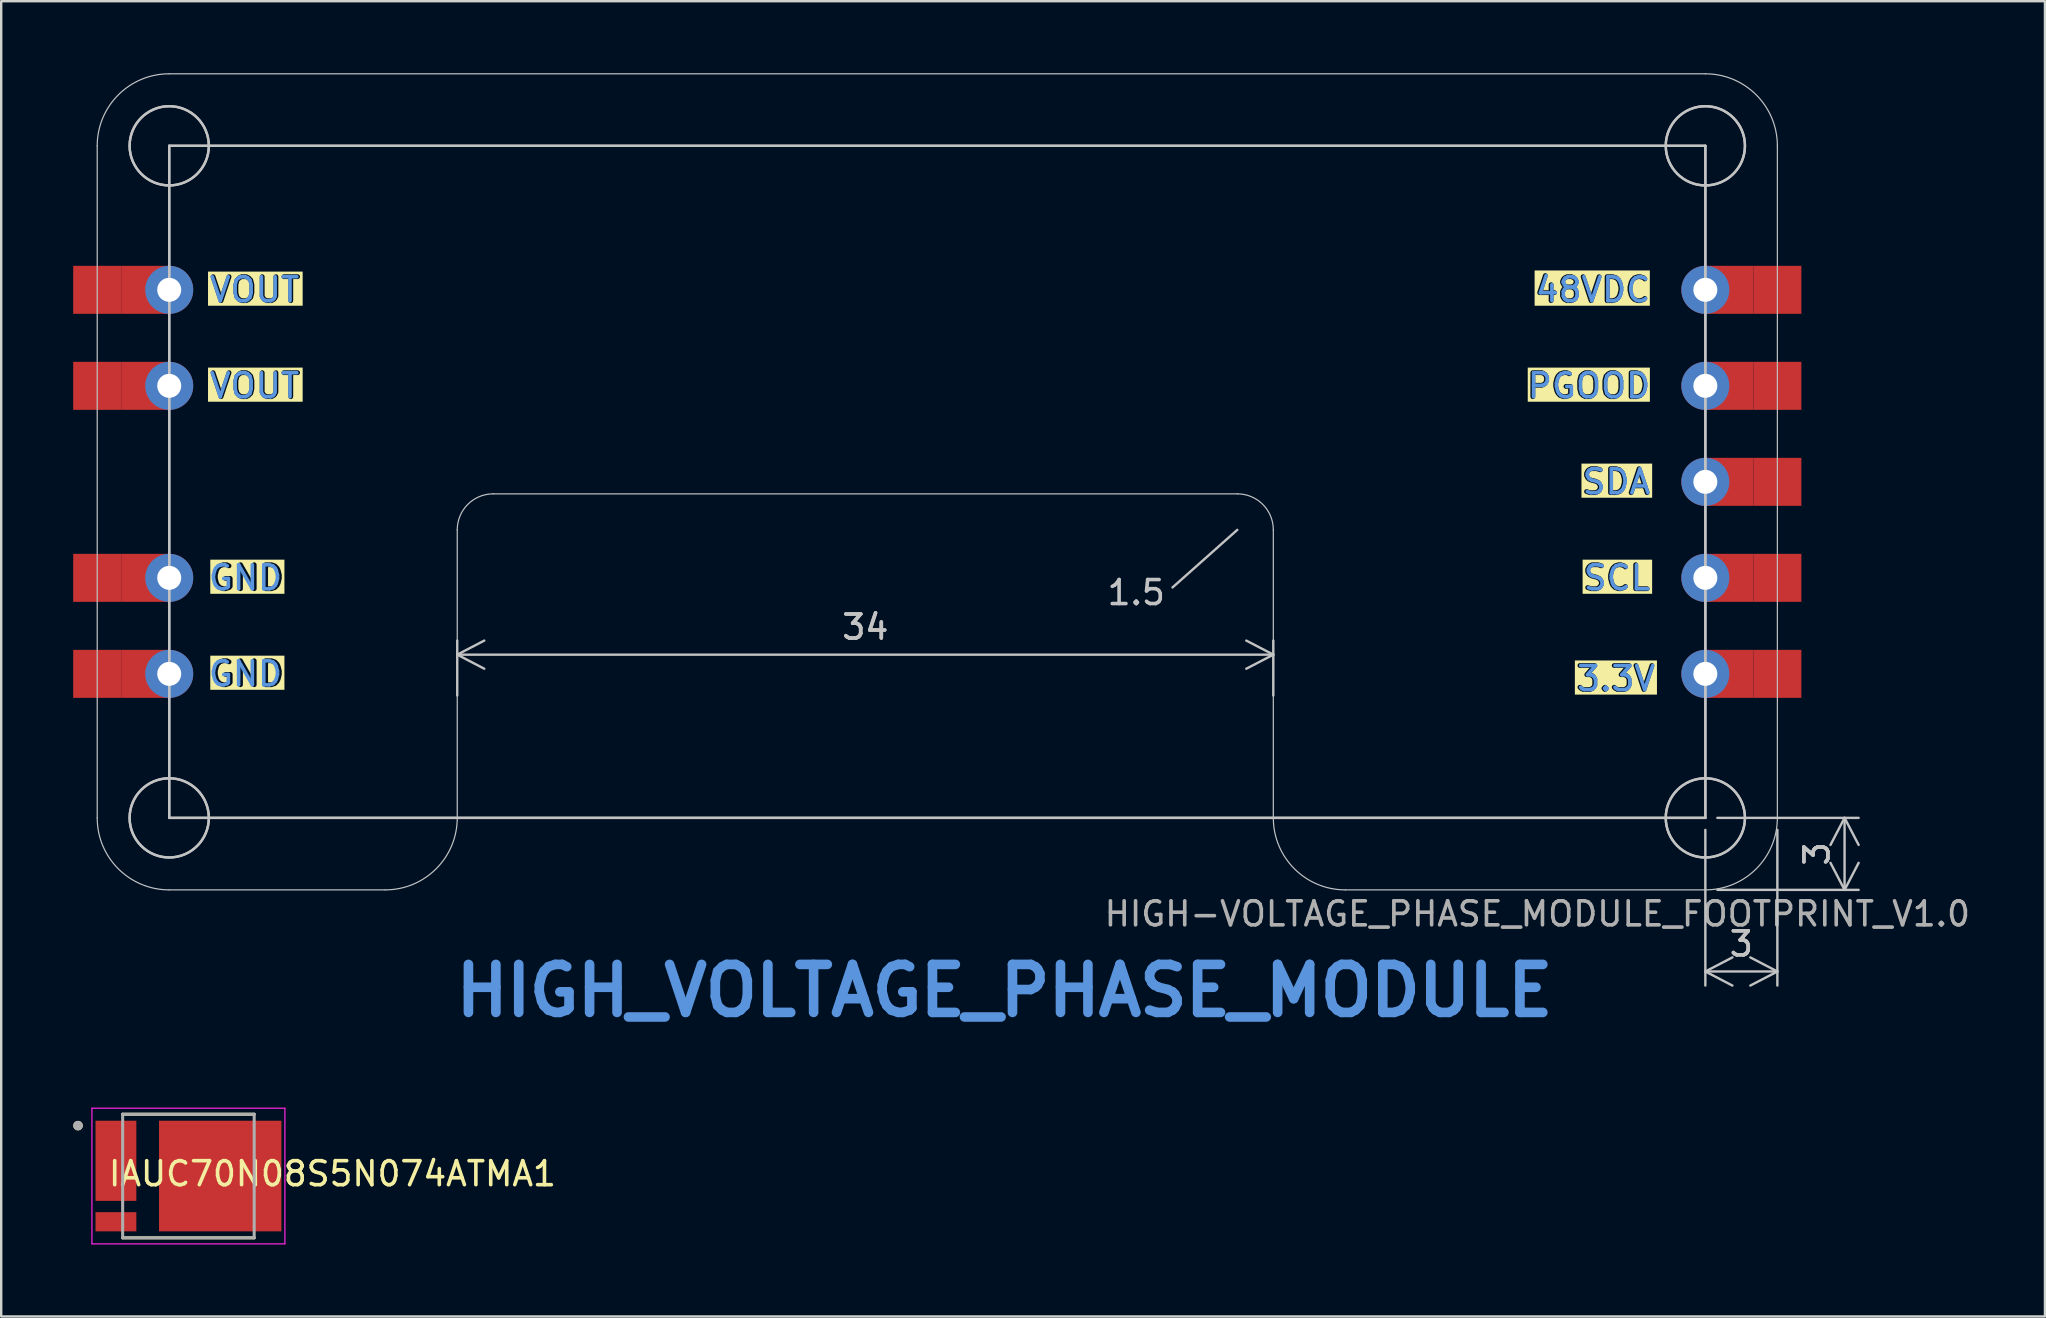
<source format=kicad_pcb>
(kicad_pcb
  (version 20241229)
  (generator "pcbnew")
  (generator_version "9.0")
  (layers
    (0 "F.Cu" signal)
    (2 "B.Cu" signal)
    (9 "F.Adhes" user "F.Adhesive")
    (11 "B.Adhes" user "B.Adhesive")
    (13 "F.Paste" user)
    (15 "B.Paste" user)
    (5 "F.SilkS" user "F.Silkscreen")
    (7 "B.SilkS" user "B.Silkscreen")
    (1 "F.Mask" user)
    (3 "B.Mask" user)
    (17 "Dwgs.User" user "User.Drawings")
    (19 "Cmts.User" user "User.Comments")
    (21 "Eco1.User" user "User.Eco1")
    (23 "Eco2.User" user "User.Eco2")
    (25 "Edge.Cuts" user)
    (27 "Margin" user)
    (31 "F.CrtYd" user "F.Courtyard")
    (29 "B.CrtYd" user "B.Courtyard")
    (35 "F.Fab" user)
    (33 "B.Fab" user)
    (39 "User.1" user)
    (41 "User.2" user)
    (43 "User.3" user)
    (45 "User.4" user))
  (footprint "IAUC70N08S5N074ATMA1"
    (layer "F.Cu")
    (at 4.8 45.947)
    (property "Reference" "IAUC70N08S5N074ATMA1" (at 6 -0.095 0) (layer "F.SilkS") (effects (font (size 1 1) (thickness 0.15))))
    (attr smd)
    (fp_poly (pts (xy -2.27 1.605) (xy -2.27 2.205) (xy -3.77 2.205) (xy -3.77 1.605)) (stroke (width 0.01) (type solid)) (fill yes) (layer "F.Mask"))
    (fp_poly (pts (xy -2.27 -2.205) (xy -2.27 0.935) (xy -3.77 0.935) (xy -3.77 0.335) (xy -2.835 0.335) (xy -2.835 -0.335) (xy -3.77 -0.335) (xy -3.77 -0.935) (xy -2.835 -0.935) (xy -2.835 -1.605) (xy -3.77 -1.605) (xy -3.77 -2.205)) (stroke (width 0.01) (type solid)) (fill yes) (layer "F.Mask"))
    (fp_poly (pts (xy -1.125 -2.205) (xy -1.125 2.205) (xy 3.77 2.205) (xy 3.77 1.605) (xy 2.42 1.605) (xy 2.42 0.935) (xy 3.77 0.935) (xy 3.77 0.335) (xy 2.42 0.335) (xy 2.42 -0.335) (xy 3.77 -0.335) (xy 3.77 -0.935) (xy 2.42 -0.935) (xy 2.42 -1.605) (xy 3.77 -1.605) (xy 3.77 -2.205)) (stroke (width 0.01) (type solid)) (fill yes) (layer "F.Mask"))
    (fp_line (start -2.74 -2.575) (end 2.74 -2.575) (stroke (width 0.127) (type solid)) (layer "F.SilkS"))
    (fp_line (start 2.74 2.575) (end -2.74 2.575) (stroke (width 0.127) (type solid)) (layer "F.SilkS"))
    (fp_circle (center -4.6 -2.1) (end -4.5 -2.1) (stroke (width 0.2) (type solid)) (fill no) (layer "F.SilkS"))
    (fp_poly (pts (xy -3.72 -2.155) (xy -2.97 -2.155) (xy -2.97 -1.655) (xy -3.72 -1.655)) (stroke (width 0.01) (type solid)) (fill yes) (layer "F.Paste"))
    (fp_poly (pts (xy -3.72 -0.885) (xy -2.97 -0.885) (xy -2.97 -0.385) (xy -3.72 -0.385)) (stroke (width 0.01) (type solid)) (fill yes) (layer "F.Paste"))
    (fp_poly (pts (xy -3.72 0.385) (xy -2.97 0.385) (xy -2.97 0.885) (xy -3.72 0.885)) (stroke (width 0.01) (type solid)) (fill yes) (layer "F.Paste"))
    (fp_poly (pts (xy -3.72 1.655) (xy -2.52 1.655) (xy -2.52 2.155) (xy -3.72 2.155)) (stroke (width 0.01) (type solid)) (fill yes) (layer "F.Paste"))
    (fp_poly (pts (xy -2.77 -2.155) (xy -2.32 -2.155) (xy -2.32 -1.305) (xy -2.77 -1.305)) (stroke (width 0.01) (type solid)) (fill yes) (layer "F.Paste"))
    (fp_poly (pts (xy -2.77 -1.055) (xy -2.32 -1.055) (xy -2.32 -0.205) (xy -2.77 -0.205)) (stroke (width 0.01) (type solid)) (fill yes) (layer "F.Paste"))
    (fp_poly (pts (xy -2.77 0.045) (xy -2.32 0.045) (xy -2.32 0.895) (xy -2.77 0.895)) (stroke (width 0.01) (type solid)) (fill yes) (layer "F.Paste"))
    (fp_poly (pts (xy -0.96 -1.6) (xy 0.54 -1.6) (xy 0.54 -0.1) (xy -0.96 -0.1)) (stroke (width 0.01) (type solid)) (fill yes) (layer "F.Paste"))
    (fp_poly (pts (xy -0.96 0.1) (xy 0.54 0.1) (xy 0.54 1.6) (xy -0.96 1.6)) (stroke (width 0.01) (type solid)) (fill yes) (layer "F.Paste"))
    (fp_poly (pts (xy 0.74 -1.6) (xy 2.24 -1.6) (xy 2.24 -0.1) (xy 0.74 -0.1)) (stroke (width 0.01) (type solid)) (fill yes) (layer "F.Paste"))
    (fp_poly (pts (xy 0.74 0.1) (xy 2.24 0.1) (xy 2.24 1.6) (xy 0.74 1.6)) (stroke (width 0.01) (type solid)) (fill yes) (layer "F.Paste"))
    (fp_poly (pts (xy 2.52 -2.155) (xy 3.72 -2.155) (xy 3.72 -1.655) (xy 2.52 -1.655)) (stroke (width 0.01) (type solid)) (fill yes) (layer "F.Paste"))
    (fp_poly (pts (xy 2.52 -0.885) (xy 3.72 -0.885) (xy 3.72 -0.385) (xy 2.52 -0.385)) (stroke (width 0.01) (type solid)) (fill yes) (layer "F.Paste"))
    (fp_poly (pts (xy 2.52 0.385) (xy 3.72 0.385) (xy 3.72 0.885) (xy 2.52 0.885)) (stroke (width 0.01) (type solid)) (fill yes) (layer "F.Paste"))
    (fp_poly (pts (xy 2.52 1.655) (xy 3.72 1.655) (xy 3.72 2.155) (xy 2.52 2.155)) (stroke (width 0.01) (type solid)) (fill yes) (layer "F.Paste"))
    (fp_line (start -4.02 -2.825) (end 4.02 -2.825) (stroke (width 0.05) (type solid)) (layer "F.CrtYd"))
    (fp_line (start -4.02 2.825) (end -4.02 -2.825) (stroke (width 0.05) (type solid)) (layer "F.CrtYd"))
    (fp_line (start 4.02 -2.825) (end 4.02 2.825) (stroke (width 0.05) (type solid)) (layer "F.CrtYd"))
    (fp_line (start 4.02 2.825) (end -4.02 2.825) (stroke (width 0.05) (type solid)) (layer "F.CrtYd"))
    (fp_line (start -2.74 -2.575) (end 2.74 -2.575) (stroke (width 0.127) (type solid)) (layer "F.Fab"))
    (fp_line (start -2.74 2.575) (end -2.74 -2.575) (stroke (width 0.127) (type solid)) (layer "F.Fab"))
    (fp_line (start 2.74 -2.575) (end 2.74 2.575) (stroke (width 0.127) (type solid)) (layer "F.Fab"))
    (fp_line (start 2.74 2.575) (end -2.74 2.575) (stroke (width 0.127) (type solid)) (layer "F.Fab"))
    (fp_circle (center -4.6 -2.1) (end -4.5 -2.1) (stroke (width 0.2) (type solid)) (fill no) (layer "F.Fab"))
    (pad "1" smd rect (at -3.02 -0.635) (size 1.7 3.34) (layers "F.Cu"))
    (pad "4" smd rect (at -3.02 1.905) (size 1.7 0.8) (layers "F.Cu"))
    (pad "5" smd rect (at 1.325 0) (size 5.1 4.61) (layers "F.Cu")))
  (footprint "HIGH-VOLTAGE_PHASE_MODULE_FOOTPRINT_V1.0"
    (layer "F.Cu")
    (at 38.8 14.025)
    (property "Reference" "HIGH-VOLTAGE_PHASE_MODULE_FOOTPRINT_V1.0" (at 22.2 21 0) (unlocked yes) (layer "F.SilkS") (effects (font (size 1 1) (thickness 0.1))))
    (attr exclude_from_pos_files allow_missing_courtyard)
    (fp_line (start -37.8 -11) (end -37.8 17) (stroke (width 0.05) (type solid)) (layer "Dwgs.User"))
    (fp_line (start -34.8 -11) (end -34.8 17) (stroke (width 0.1) (type default)) (layer "Dwgs.User"))
    (fp_line (start -34.8 17) (end 29.2 17) (stroke (width 0.1) (type default)) (layer "Dwgs.User"))
    (fp_line (start -34.8 -11) (end -34.8 17) (stroke (width 0.1) (type default)) (layer "Dwgs.User"))
    (fp_line (start -34.8 17) (end 29.2 17) (stroke (width 0.1) (type default)) (layer "Dwgs.User"))
    (fp_line (start -34.8 20) (end -25.8 20) (stroke (width 0.05) (type solid)) (layer "Dwgs.User"))
    (fp_line (start -22.8 5) (end -22.8 17) (stroke (width 0.05) (type solid)) (layer "Dwgs.User"))
    (fp_line (start 9.7 3.5) (end -21.3 3.5) (stroke (width 0.05) (type solid)) (layer "Dwgs.User"))
    (fp_line (start 9.7 5) (end 7 7.4) (stroke (width 0.1) (type default)) (layer "Dwgs.User"))
    (fp_line (start 11.2 17) (end 11.2 5) (stroke (width 0.05) (type solid)) (layer "Dwgs.User"))
    (fp_line (start 29.2 -11) (end -34.8 -11) (stroke (width 0.1) (type default)) (layer "Dwgs.User"))
    (fp_line (start 29.2 17) (end 29.2 -11) (stroke (width 0.1) (type default)) (layer "Dwgs.User"))
    (fp_line (start 29.2 -14) (end -34.8 -14) (stroke (width 0.05) (type solid)) (layer "Dwgs.User"))
    (fp_line (start 29.2 -11) (end -34.8 -11) (stroke (width 0.1) (type default)) (layer "Dwgs.User"))
    (fp_line (start 29.2 17) (end 29.2 -11) (stroke (width 0.1) (type default)) (layer "Dwgs.User"))
    (fp_line (start 29.2 20) (end 14.2 20) (stroke (width 0.05) (type solid)) (layer "Dwgs.User"))
    (fp_line (start 32.2 -11) (end 32.2 17) (stroke (width 0.05) (type solid)) (layer "Dwgs.User"))
    (fp_arc (start -37.8 -11) (mid -36.92132 -13.12132) (end -34.8 -14) (stroke (width 0.05) (type solid)) (layer "Dwgs.User"))
    (fp_arc (start -34.8 20) (mid -36.92132 19.12132) (end -37.8 17) (stroke (width 0.05) (type solid)) (layer "Dwgs.User"))
    (fp_arc (start -22.8 5.000001) (mid -22.360661 3.93934) (end -21.3 3.5) (stroke (width 0.05) (type solid)) (layer "Dwgs.User"))
    (fp_arc (start -22.799999 17.000002) (mid -23.678679 19.121321) (end -25.799999 20.000002) (stroke (width 0.05) (type solid)) (layer "Dwgs.User"))
    (fp_arc (start 9.7 3.499999) (mid 10.760661 3.939339) (end 11.200001 5) (stroke (width 0.05) (type solid)) (layer "Dwgs.User"))
    (fp_arc (start 14.199999 20.000001) (mid 12.078679 19.121321) (end 11.199999 17.000001) (stroke (width 0.05) (type solid)) (layer "Dwgs.User"))
    (fp_arc (start 29.2 -14) (mid 31.32132 -13.12132) (end 32.2 -11) (stroke (width 0.05) (type solid)) (layer "Dwgs.User"))
    (fp_arc (start 32.2 17) (mid 31.32132 19.12132) (end 29.2 20) (stroke (width 0.05) (type solid)) (layer "Dwgs.User"))
    (fp_circle (center -34.8 -11) (end -33.15 -11) (stroke (width 0.1) (type default)) (fill no) (layer "Dwgs.User"))
    (fp_circle (center -34.8 17) (end -33.15 17) (stroke (width 0.1) (type default)) (fill no) (layer "Dwgs.User"))
    (fp_circle (center -34.8 -11) (end -33.15 -11) (stroke (width 0.1) (type default)) (fill no) (layer "Dwgs.User"))
    (fp_circle (center -34.8 17) (end -33.15 17) (stroke (width 0.1) (type default)) (fill no) (layer "Dwgs.User"))
    (fp_circle (center 29.2 -11) (end 30.85 -11) (stroke (width 0.1) (type default)) (fill no) (layer "Dwgs.User"))
    (fp_circle (center 29.2 17) (end 30.85 17) (stroke (width 0.1) (type default)) (fill no) (layer "Dwgs.User"))
    (fp_circle (center 29.2 -11) (end 30.85 -11) (stroke (width 0.1) (type default)) (fill no) (layer "Dwgs.User"))
    (fp_circle (center 29.2 17) (end 30.85 17) (stroke (width 0.1) (type default)) (fill no) (layer "Dwgs.User"))
    (fp_rect (start -35.8 -6) (end -33.8 -4) (stroke (width 0.1) (type default)) (fill no) (layer "User.2"))
    (fp_rect (start -35.8 6) (end -33.8 8) (stroke (width 0.1) (type default)) (fill no) (layer "User.2"))
    (fp_rect (start -35.8 10) (end -33.8 12) (stroke (width 0.1) (type default)) (fill no) (layer "User.2"))
    (fp_rect (start -35.8 -2) (end -33.8 0) (stroke (width 0.1) (type default)) (fill no) (layer "User.2"))
    (fp_rect (start 28.2 -6) (end 30.2 -4) (stroke (width 0.1) (type default)) (fill no) (layer "User.2"))
    (fp_rect (start 28.2 -2) (end 30.2 0.000001) (stroke (width 0.1) (type default)) (fill no) (layer "User.2"))
    (fp_rect (start 28.2 2) (end 30.2 4) (stroke (width 0.1) (type default)) (fill no) (layer "User.2"))
    (fp_rect (start 28.2 6) (end 30.2 8) (stroke (width 0.1) (type default)) (fill no) (layer "User.2"))
    (fp_rect (start 28.2 10) (end 30.2 12) (stroke (width 0.1) (type default)) (fill no) (layer "User.2"))
    (fp_text user "3.3V" (at 27.2 11.2 0) (unlocked yes) (layer "F.SilkS" knockout) (effects (font (size 1 1) (thickness 0.2) (bold yes)) (justify right)))
    (fp_text user "GND" (at -33.2 7 0) (unlocked yes) (layer "F.SilkS" knockout) (effects (font (size 1 1) (thickness 0.2) (bold yes)) (justify left)))
    (fp_text user "PGOOD" (at 27 -1 0) (unlocked yes) (layer "F.SilkS" knockout) (effects (font (size 1 1) (thickness 0.2) (bold yes)) (justify right)))
    (fp_text user "GND" (at -33.2 11 0) (unlocked yes) (layer "F.SilkS" knockout) (effects (font (size 1 1) (thickness 0.2) (bold yes)) (justify left)))
    (fp_text user "VOUT" (at -33.2 -5 0) (unlocked yes) (layer "F.SilkS" knockout) (effects (font (size 1 1) (thickness 0.2) (bold yes)) (justify left)))
    (fp_text user "SDA" (at 27 3 0) (unlocked yes) (layer "F.SilkS" knockout) (effects (font (size 1 1) (thickness 0.2) (bold yes)) (justify right)))
    (fp_text user "SCL" (at 27 7 0) (unlocked yes) (layer "F.SilkS" knockout) (effects (font (size 1 1) (thickness 0.2) (bold yes)) (justify right)))
    (fp_text user "VOUT" (at -33.2 -1 0) (unlocked yes) (layer "F.SilkS" knockout) (effects (font (size 1 1) (thickness 0.2) (bold yes)) (justify left)))
    (fp_text user "48VDC" (at 27 -5 0) (unlocked yes) (layer "F.SilkS" knockout) (effects (font (size 1 1) (thickness 0.2) (bold yes)) (justify right)))
    (fp_text user "1.5" (at 4.2 8.2 0) (unlocked yes) (layer "Dwgs.User") (effects (font (size 1 1) (thickness 0.15)) (justify left bottom)))
    (fp_text user "VOUT" (at -33.2 -1 0) (unlocked yes) (layer "Cmts.User") (effects (font (size 1 1) (thickness 0.15)) (justify left)))
    (fp_text user "HIGH_VOLTAGE_PHASE_MODULE" (at 0 24.2 0) (unlocked yes) (layer "Cmts.User") (effects (font (size 2 2) (thickness 0.4) (bold yes))))
    (fp_text user "GND" (at -30 7 0) (unlocked yes) (layer "Cmts.User") (effects (font (size 1 1) (thickness 0.15)) (justify right)))
    (fp_text user "GND" (at -30 11 0) (unlocked yes) (layer "Cmts.User") (effects (font (size 1 1) (thickness 0.15)) (justify right)))
    (fp_text user "SCL" (at 27 7 0) (unlocked yes) (layer "Cmts.User") (effects (font (size 1 1) (thickness 0.15)) (justify right)))
    (fp_text user "VOUT" (at -33.2 -5 0) (unlocked yes) (layer "Cmts.User") (effects (font (size 1 1) (thickness 0.15)) (justify left)))
    (fp_text user "PGOOD" (at 27 -1 0) (unlocked yes) (layer "Cmts.User") (effects (font (size 1 1) (thickness 0.15)) (justify right)))
    (fp_text user "SDA" (at 27 3 0) (unlocked yes) (layer "Cmts.User") (effects (font (size 1 1) (thickness 0.15)) (justify right)))
    (fp_text user "3.3V" (at 27.2 11.2 0) (unlocked yes) (layer "Cmts.User") (effects (font (size 1 1) (thickness 0.15)) (justify right)))
    (fp_text user "48VDC" (at 27 -5 0) (unlocked yes) (layer "Cmts.User") (effects (font (size 1 1) (thickness 0.15)) (justify right)))
    (fp_text user "${REFERENCE}" (at 22.2 21 0) (unlocked yes) (layer "F.Fab") (effects (font (size 1 1) (thickness 0.15))))
    (dimension (type orthogonal) (layer "Dwgs.User") (pts (xy 68 31.025) (xy 68 34.025)) (height 5.8) (orientation 1) (format (prefix "") (suffix "") (units 3) (units_format 0) (precision 4) (suppress_zeroes yes)) (style (thickness 0.1) (arrow_length 1.27) (text_position_mode 0) (arrow_direction outward) (extension_height 0.586) (extension_offset 0.5) (keep_text_aligned yes)) (gr_text "3" (at 72.65 32.525 90) (layer "Dwgs.User") (effects (font (size 1 1) (thickness 0.15)))))
    (dimension (type orthogonal) (layer "Dwgs.User") (pts (xy 16 26.425) (xy 50 26.425)) (height -2.2) (orientation 0) (format (prefix "") (suffix "") (units 3) (units_format 0) (precision 4) (suppress_zeroes yes)) (style (thickness 0.1) (arrow_length 1.27) (text_position_mode 0) (arrow_direction outward) (extension_height 0.586) (extension_offset 0.5) (keep_text_aligned yes)) (gr_text "34" (at 33 23.075 0) (layer "Dwgs.User") (effects (font (size 1 1) (thickness 0.15)))))
    (dimension (type orthogonal) (layer "Dwgs.User") (pts (xy 68 31.025) (xy 71 31.025)) (height 6.4) (orientation 0) (format (prefix "") (suffix "") (units 3) (units_format 0) (precision 4) (suppress_zeroes yes)) (style (thickness 0.1) (arrow_length 1.27) (text_position_mode 0) (arrow_direction outward) (extension_height 0.586) (extension_offset 0.5) (keep_text_aligned yes)) (gr_text "3" (at 69.5 36.275 0) (layer "Dwgs.User") (effects (font (size 1 1) (thickness 0.15)))))
    (pad "1" smd rect (at -37.8 -5 90) (size 2 2) (layers "F.Cu" "F.Mask"))
    (pad "1" smd rect (at -37.8 -1 90) (size 2 2) (layers "F.Cu" "F.Mask"))
    (pad "1" smd rect (at -35.8 -5 90) (size 2 2) (layers "F.Cu"))
    (pad "1" smd rect (at -35.8 -1 90) (size 2 2) (layers "F.Cu"))
    (pad "1" thru_hole circle (at -34.8 -5 90) (size 2 2) (drill 1) (layers "*.Cu" "*.Mask"))
    (pad "1" thru_hole circle (at -34.8 -1 90) (size 2 2) (drill 1) (layers "*.Cu" "*.Mask"))
    (pad "2" smd rect (at -37.8 7 90) (size 2 2) (layers "F.Cu" "F.Mask"))
    (pad "2" smd rect (at -37.8 11 90) (size 2 2) (layers "F.Cu" "F.Mask"))
    (pad "2" smd rect (at -35.8 7 90) (size 2 2) (layers "F.Cu"))
    (pad "2" smd rect (at -35.8 11 90) (size 2 2) (layers "F.Cu"))
    (pad "2" thru_hole circle (at -34.8 7 90) (size 2 2) (drill 1) (layers "*.Cu" "*.Mask"))
    (pad "2" thru_hole circle (at -34.8 11 90) (size 2 2) (drill 1) (layers "*.Cu" "*.Mask"))
    (pad "3" thru_hole circle (at 29.2 11 270) (size 2 2) (drill 1) (layers "*.Cu" "*.Mask"))
    (pad "3" smd rect (at 30.2 11 270) (size 2 2) (layers "F.Cu"))
    (pad "3" smd rect (at 32.2 11 270) (size 2 2) (layers "F.Cu" "F.Mask"))
    (pad "4" thru_hole circle (at 29.2 7 270) (size 2 2) (drill 1) (layers "*.Cu" "*.Mask"))
    (pad "4" smd rect (at 30.2 7 270) (size 2 2) (layers "F.Cu"))
    (pad "4" smd rect (at 32.2 7 270) (size 2 2) (layers "F.Cu" "F.Mask"))
    (pad "5" thru_hole circle (at 29.2 3 270) (size 2 2) (drill 1) (layers "*.Cu" "*.Mask"))
    (pad "5" smd rect (at 30.2 3) (size 2 2) (layers "F.Cu"))
    (pad "5" smd rect (at 32.2 3 270) (size 2 2) (layers "F.Cu" "F.Mask"))
    (pad "6" thru_hole circle (at 29.2 -1 270) (size 2 2) (drill 1) (layers "*.Cu" "*.Mask"))
    (pad "6" smd rect (at 30.2 -1 270) (size 2 2) (layers "F.Cu"))
    (pad "6" smd rect (at 32.2 -1 270) (size 2 2) (layers "F.Cu" "F.Mask"))
    (pad "7" thru_hole circle (at 29.2 -5 270) (size 2 2) (drill 1) (layers "*.Cu" "*.Mask"))
    (pad "7" smd rect (at 30.2 -5 270) (size 2 2) (layers "F.Cu"))
    (pad "7" smd rect (at 32.2 -5 270) (size 2 2) (layers "F.Cu" "F.Mask")))
  (gr_rect
    (start -3 -3)
    (end 82.149 51.797)
    (stroke (width 0.1) (type default))
    (fill no)
    (layer "Edge.Cuts")))
</source>
